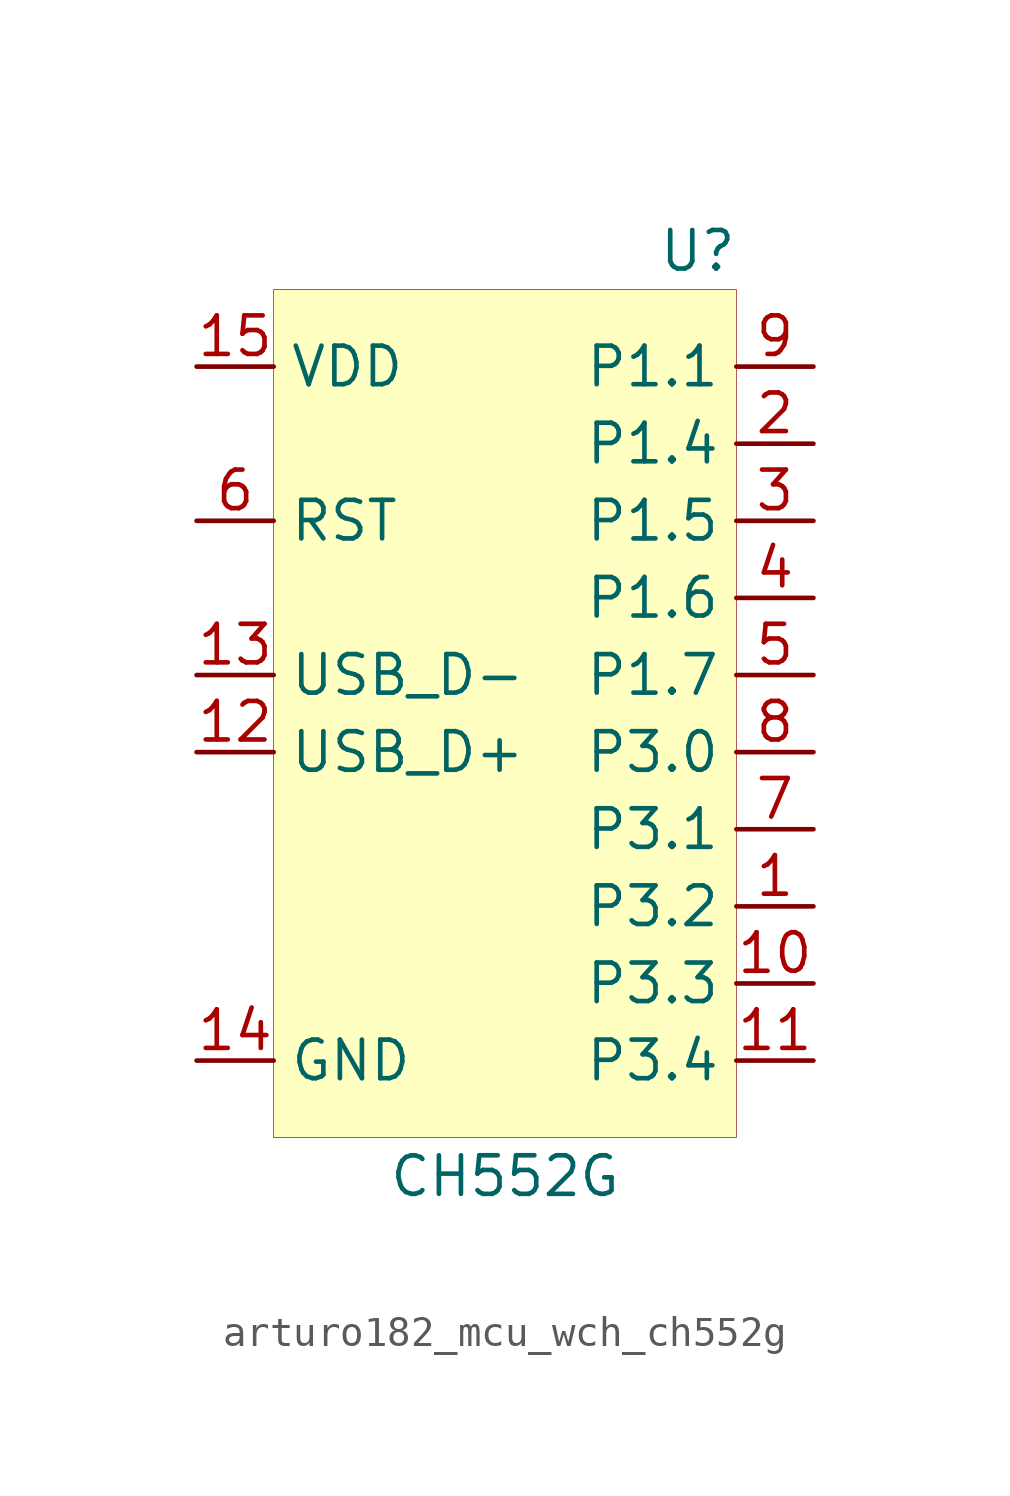
<source format=kicad_sym>
(kicad_symbol_lib
  (version 20220914)
  (generator kicad_symbol_editor)
  (symbol "MCU_WCH:arturo182_mcu_wch_ch552g"
    (property "Reference" "U"
      (at 6.35 13.97 0)
      (effects (font (size 1.27 1.27))))
    (property "Value" "CH552G"
      (at 0 -16.51 0)
      (effects (font (size 1.27 1.27))))
    (symbol "arturo182_mcu_wch_ch552g_0_0"
      (pin bidirectional line (at 10.16 -7.62 180) (length 2.54) (name "P3.2" (effects (font (size 1.27 1.27)))) (number "1" (effects (font (size 1.27 1.27)))))
      (pin bidirectional line (at 10.16 7.62 180) (length 2.54) (name "P1.4" (effects (font (size 1.27 1.27)))) (number "2" (effects (font (size 1.27 1.27)))))
      (pin bidirectional line (at 10.16 5.08 180) (length 2.54) (name "P1.5" (effects (font (size 1.27 1.27)))) (number "3" (effects (font (size 1.27 1.27)))))
      (pin bidirectional line (at 10.16 2.54 180) (length 2.54) (name "P1.6" (effects (font (size 1.27 1.27)))) (number "4" (effects (font (size 1.27 1.27)))))
      (pin bidirectional line (at 10.16 0 180) (length 2.54) (name "P1.7" (effects (font (size 1.27 1.27)))) (number "5" (effects (font (size 1.27 1.27)))))
      (pin input line (at -10.16 5.08 0) (length 2.54) (name "RST" (effects (font (size 1.27 1.27)))) (number "6" (effects (font (size 1.27 1.27)))))
      (pin bidirectional line (at 10.16 -5.08 180) (length 2.54) (name "P3.1" (effects (font (size 1.27 1.27)))) (number "7" (effects (font (size 1.27 1.27)))))
      (pin bidirectional line (at 10.16 -2.54 180) (length 2.54) (name "P3.0" (effects (font (size 1.27 1.27)))) (number "8" (effects (font (size 1.27 1.27)))))
      (pin bidirectional line (at 10.16 10.16 180) (length 2.54) (name "P1.1" (effects (font (size 1.27 1.27)))) (number "9" (effects (font (size 1.27 1.27)))))
      (pin bidirectional line (at 10.16 -10.16 180) (length 2.54) (name "P3.3" (effects (font (size 1.27 1.27)))) (number "10" (effects (font (size 1.27 1.27)))))
      (pin bidirectional line (at 10.16 -12.7 180) (length 2.54) (name "P3.4" (effects (font (size 1.27 1.27)))) (number "11" (effects (font (size 1.27 1.27)))))
      (pin bidirectional line (at -10.16 -2.54 0) (length 2.54) (name "USB_D+" (effects (font (size 1.27 1.27)))) (number "12" (effects (font (size 1.27 1.27)))))
      (pin bidirectional line (at -10.16 0 0) (length 2.54) (name "USB_D-" (effects (font (size 1.27 1.27)))) (number "13" (effects (font (size 1.27 1.27)))))
      (pin power_in line (at -10.16 -12.7 0) (length 2.54) (name "GND" (effects (font (size 1.27 1.27)))) (number "14" (effects (font (size 1.27 1.27)))))
      (pin power_in line (at -10.16 10.16 0) (length 2.54) (name "VDD" (effects (font (size 1.27 1.27)))) (number "15" (effects (font (size 1.27 1.27)))))
      (pin passive line (at -10.16 10.16 0) (length 2.54) hide (name "VDD" (effects (font (size 1.27 1.27)))) (number "16" (effects (font (size 1.27 1.27))))))
    (symbol "arturo182_mcu_wch_ch552g_0_1"
      (rectangle (start -7.62 12.7) (end 7.62 -15.24) (stroke (width 0.001)) (fill (type background))))))
</source>
